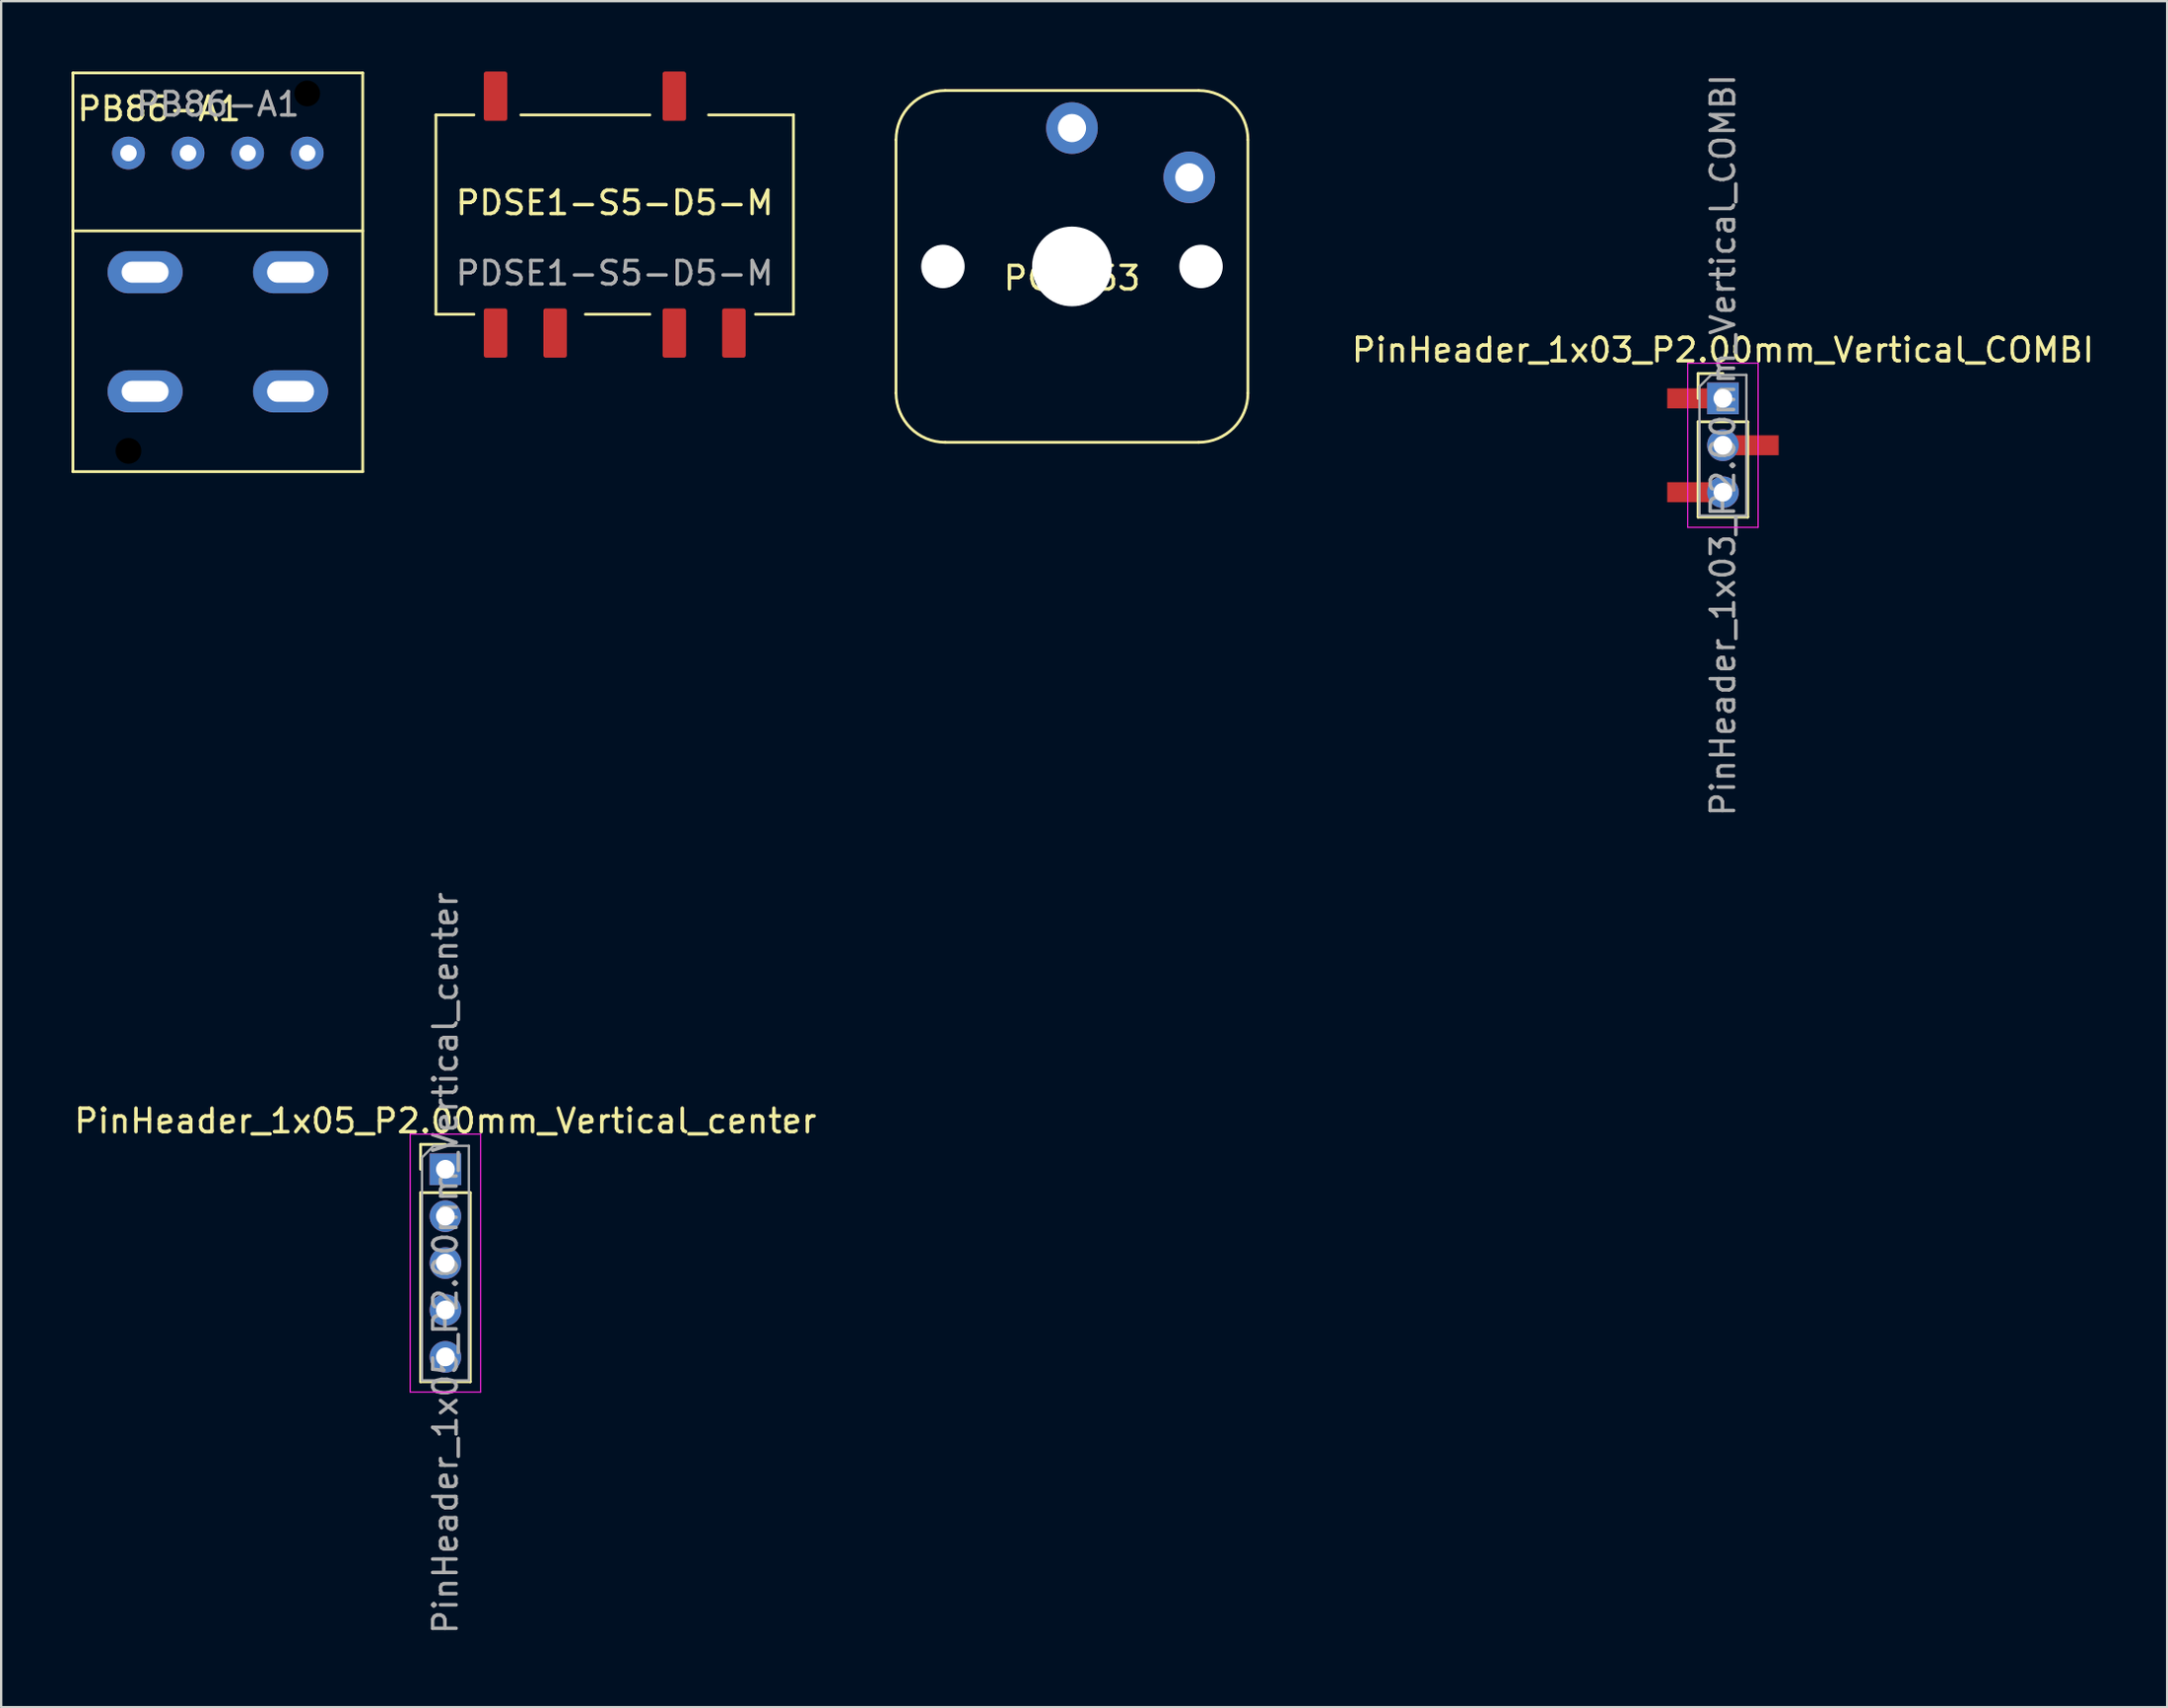
<source format=kicad_pcb>
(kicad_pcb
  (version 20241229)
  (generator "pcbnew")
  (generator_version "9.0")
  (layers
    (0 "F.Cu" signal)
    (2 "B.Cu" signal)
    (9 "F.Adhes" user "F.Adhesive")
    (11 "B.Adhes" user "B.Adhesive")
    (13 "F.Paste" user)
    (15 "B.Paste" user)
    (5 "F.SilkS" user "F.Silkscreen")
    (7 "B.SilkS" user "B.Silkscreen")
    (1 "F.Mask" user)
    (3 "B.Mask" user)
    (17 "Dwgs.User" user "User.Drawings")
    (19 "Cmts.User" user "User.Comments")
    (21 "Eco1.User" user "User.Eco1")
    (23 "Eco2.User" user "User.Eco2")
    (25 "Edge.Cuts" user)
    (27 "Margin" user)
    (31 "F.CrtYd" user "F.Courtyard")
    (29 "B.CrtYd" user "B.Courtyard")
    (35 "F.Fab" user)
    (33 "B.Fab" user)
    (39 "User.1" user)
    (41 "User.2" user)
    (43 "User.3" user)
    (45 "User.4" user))
  (footprint "PB86-A1"
    (layer "F.Cu")
    (at 6.235 11.095)
    (property "Reference" "PB86-A1" (at -2.5 -9.5 0) (unlocked yes) (layer "F.SilkS") (effects (font (size 1 1) (thickness 0.15))))
    (attr through_hole)
    (fp_line (start -6.175 -11.035) (end -6.175 5.965) (stroke (width 0.12) (type solid)) (layer "F.SilkS"))
    (fp_line (start 6.175 -11.035) (end -6.175 -11.035) (stroke (width 0.12) (type solid)) (layer "F.SilkS"))
    (fp_line (start 6.175 -11.035) (end 6.175 5.965) (stroke (width 0.12) (type solid)) (layer "F.SilkS"))
    (fp_line (start 6.175 -4.3) (end -6.175 -4.3) (stroke (width 0.12) (type solid)) (layer "F.SilkS"))
    (fp_line (start 6.175 5.965) (end -6.175 5.965) (stroke (width 0.12) (type solid)) (layer "F.SilkS"))
    (fp_text user "${REFERENCE}" (at 0 -9.7 0) (unlocked yes) (layer "F.Fab") (effects (font (size 1 1) (thickness 0.15))))
    (pad "" np_thru_hole circle (at -3.81 5.08) (size 1.1 1.1) (drill 1.1) (layers "*.Mask"))
    (pad "" np_thru_hole circle (at 3.81 -10.16) (size 1.1 1.1) (drill 1.1) (layers "*.Mask"))
    (pad "1" thru_hole oval (at -3.1 -2.54) (size 3.2 1.8) (drill oval 2 0.9) (layers "*.Cu" "*.Mask"))
    (pad "1" thru_hole oval (at 3.1 -2.54) (size 3.2 1.8) (drill oval 2 0.9) (layers "*.Cu" "*.Mask"))
    (pad "2" thru_hole oval (at -3.1 2.54) (size 3.2 1.8) (drill oval 2 0.9) (layers "*.Cu" "*.Mask"))
    (pad "3" thru_hole oval (at 3.1 2.54) (size 3.2 1.8) (drill oval 2 0.9) (layers "*.Cu" "*.Mask"))
    (pad "4" thru_hole circle (at -3.81 -7.62) (size 1.4 1.4) (drill 0.7) (layers "*.Cu" "*.Mask"))
    (pad "5" thru_hole circle (at -1.27 -7.62) (size 1.4 1.4) (drill 0.7) (layers "*.Cu" "*.Mask"))
    (pad "6" thru_hole circle (at 1.27 -7.62) (size 1.4 1.4) (drill 0.7) (layers "*.Cu" "*.Mask"))
    (pad "7" thru_hole circle (at 3.81 -7.62) (size 1.4 1.4) (drill 0.7) (layers "*.Cu" "*.Mask")))
  (footprint "PG1353"
    (layer "F.Cu")
    (at 42.64 8.31)
    (property "Reference" "PG1353" (at 0 0.5 0) (layer "F.SilkS") (effects (font (size 1 1) (thickness 0.15))))
    (attr through_hole)
    (fp_line (start -7.5 5.4) (end -7.5 -5.4) (stroke (width 0.12) (type solid)) (layer "F.SilkS"))
    (fp_line (start -5.4 -7.5) (end 5.4 -7.5) (stroke (width 0.12) (type solid)) (layer "F.SilkS"))
    (fp_line (start 5.4 7.5) (end -5.4 7.5) (stroke (width 0.12) (type solid)) (layer "F.SilkS"))
    (fp_line (start 7.5 5.4) (end 7.5 -5.4) (stroke (width 0.12) (type solid)) (layer "F.SilkS"))
    (fp_arc (start -7.5 -5.4) (mid -6.884924 -6.884924) (end -5.4 -7.5) (stroke (width 0.12) (type solid)) (layer "F.SilkS"))
    (fp_arc (start -5.4 7.5) (mid -6.884924 6.884924) (end -7.5 5.4) (stroke (width 0.12) (type solid)) (layer "F.SilkS"))
    (fp_arc (start 5.4 -7.5) (mid 6.884924 -6.884924) (end 7.5 -5.4) (stroke (width 0.12) (type solid)) (layer "F.SilkS"))
    (fp_arc (start 7.5 5.4) (mid 6.884924 6.884924) (end 5.4 7.5) (stroke (width 0.12) (type solid)) (layer "F.SilkS"))
    (fp_line (start -8.75 -8.25) (end -8.75 8.25) (stroke (width 0.12) (type solid)) (layer "Eco1.User"))
    (fp_line (start -8.75 -8.25) (end 8.75 -8.25) (stroke (width 0.12) (type solid)) (layer "Eco1.User"))
    (fp_line (start -8.75 8.25) (end 8.75 8.25) (stroke (width 0.12) (type solid)) (layer "Eco1.User"))
    (fp_line (start 8.75 -8.25) (end 8.75 8.25) (stroke (width 0.12) (type solid)) (layer "Eco1.User"))
    (pad "" np_thru_hole circle (at -5.5 0) (size 1.85 1.85) (drill 1.85) (layers "*.Cu" "*.Mask"))
    (pad "" np_thru_hole circle (at 0 0) (size 3.4 3.4) (drill 3.4) (layers "*.Cu" "*.Mask"))
    (pad "" np_thru_hole circle (at 5.5 0) (size 1.85 1.85) (drill 1.85) (layers "*.Cu" "*.Mask"))
    (pad "1" thru_hole circle (at 5 -3.8) (size 2.2 2.2) (drill 1.2) (layers "*.Cu" "*.Mask"))
    (pad "2" thru_hole circle (at 0 -5.9) (size 2.2 2.2) (drill 1.2) (layers "*.Cu" "*.Mask")))
  (footprint "PinHeader_1x03_P2.00mm_Vertical_COMBI"
    (layer "F.Cu")
    (at 70.385 13.935)
    (property "Reference" "PinHeader_1x03_P2.00mm_Vertical_COMBI" (at 0 -2.06 0) (layer "F.SilkS") (effects (font (size 1 1) (thickness 0.15))))
    (attr through_hole)
    (fp_line (start -1.06 -1.06) (end 0 -1.06) (stroke (width 0.12) (type solid)) (layer "F.SilkS"))
    (fp_line (start -1.06 0) (end -1.06 -1.06) (stroke (width 0.12) (type solid)) (layer "F.SilkS"))
    (fp_line (start -1.06 1) (end -1.06 5.06) (stroke (width 0.12) (type solid)) (layer "F.SilkS"))
    (fp_line (start -1.06 1) (end 1.06 1) (stroke (width 0.12) (type solid)) (layer "F.SilkS"))
    (fp_line (start -1.06 5.06) (end 1.06 5.06) (stroke (width 0.12) (type solid)) (layer "F.SilkS"))
    (fp_line (start 1.06 1) (end 1.06 5.06) (stroke (width 0.12) (type solid)) (layer "F.SilkS"))
    (fp_line (start -1.5 -1.5) (end -1.5 5.5) (stroke (width 0.05) (type solid)) (layer "F.CrtYd"))
    (fp_line (start -1.5 5.5) (end 1.5 5.5) (stroke (width 0.05) (type solid)) (layer "F.CrtYd"))
    (fp_line (start 1.5 -1.5) (end -1.5 -1.5) (stroke (width 0.05) (type solid)) (layer "F.CrtYd"))
    (fp_line (start 1.5 5.5) (end 1.5 -1.5) (stroke (width 0.05) (type solid)) (layer "F.CrtYd"))
    (fp_line (start -1 -0.5) (end -0.5 -1) (stroke (width 0.1) (type solid)) (layer "F.Fab"))
    (fp_line (start -1 5) (end -1 -0.5) (stroke (width 0.1) (type solid)) (layer "F.Fab"))
    (fp_line (start -0.5 -1) (end 1 -1) (stroke (width 0.1) (type solid)) (layer "F.Fab"))
    (fp_line (start 1 -1) (end 1 5) (stroke (width 0.1) (type solid)) (layer "F.Fab"))
    (fp_line (start 1 5) (end -1 5) (stroke (width 0.1) (type solid)) (layer "F.Fab"))
    (fp_text user "${REFERENCE}" (at 0 2 90) (layer "F.Fab") (effects (font (size 1 1) (thickness 0.15))))
    (pad "1" smd rect (at -1.2 0) (size 2.35 0.85) (layers "F.Cu" "F.Mask" "F.Paste"))
    (pad "1" thru_hole rect (at 0 0) (size 1.35 1.35) (drill 0.8) (layers "*.Cu" "*.Mask"))
    (pad "2" thru_hole oval (at 0 2) (size 1.35 1.35) (drill 0.8) (layers "*.Cu" "*.Mask"))
    (pad "2" smd rect (at 1.2 2) (size 2.35 0.85) (layers "F.Cu" "F.Mask" "F.Paste"))
    (pad "3" smd rect (at -1.2 4) (size 2.35 0.85) (layers "F.Cu" "F.Mask" "F.Paste"))
    (pad "3" thru_hole oval (at 0 4) (size 1.35 1.35) (drill 0.8) (layers "*.Cu" "*.Mask")))
  (footprint "PinHeader_1x05_P2.00mm_Vertical_center"
    (layer "F.Cu")
    (at 15.935 50.804)
    (property "Reference" "PinHeader_1x05_P2.00mm_Vertical_center" (at 0 -6.06 0) (layer "F.SilkS") (effects (font (size 1 1) (thickness 0.15))))
    (attr through_hole)
    (fp_line (start -1.06 -5.06) (end 0 -5.06) (stroke (width 0.12) (type solid)) (layer "F.SilkS"))
    (fp_line (start -1.06 -4) (end -1.06 -5.06) (stroke (width 0.12) (type solid)) (layer "F.SilkS"))
    (fp_line (start -1.06 -3) (end -1.06 5.06) (stroke (width 0.12) (type solid)) (layer "F.SilkS"))
    (fp_line (start -1.06 -3) (end 1.06 -3) (stroke (width 0.12) (type solid)) (layer "F.SilkS"))
    (fp_line (start -1.06 5.06) (end 1.06 5.06) (stroke (width 0.12) (type solid)) (layer "F.SilkS"))
    (fp_line (start 1.06 -3) (end 1.06 5.06) (stroke (width 0.12) (type solid)) (layer "F.SilkS"))
    (fp_line (start -1.5 -5.5) (end -1.5 5.5) (stroke (width 0.05) (type solid)) (layer "F.CrtYd"))
    (fp_line (start -1.5 5.5) (end 1.5 5.5) (stroke (width 0.05) (type solid)) (layer "F.CrtYd"))
    (fp_line (start 1.5 -5.5) (end -1.5 -5.5) (stroke (width 0.05) (type solid)) (layer "F.CrtYd"))
    (fp_line (start 1.5 5.5) (end 1.5 -5.5) (stroke (width 0.05) (type solid)) (layer "F.CrtYd"))
    (fp_line (start -1 -4.5) (end -0.5 -5) (stroke (width 0.1) (type solid)) (layer "F.Fab"))
    (fp_line (start -1 5) (end -1 -4.5) (stroke (width 0.1) (type solid)) (layer "F.Fab"))
    (fp_line (start -0.5 -5) (end 1 -5) (stroke (width 0.1) (type solid)) (layer "F.Fab"))
    (fp_line (start 1 -5) (end 1 5) (stroke (width 0.1) (type solid)) (layer "F.Fab"))
    (fp_line (start 1 5) (end -1 5) (stroke (width 0.1) (type solid)) (layer "F.Fab"))
    (fp_text user "${REFERENCE}" (at 0 0 90) (layer "F.Fab") (effects (font (size 1 1) (thickness 0.15))))
    (pad "1" thru_hole rect (at 0 -4) (size 1.35 1.35) (drill 0.8) (layers "*.Cu" "*.Mask"))
    (pad "2" thru_hole oval (at 0 -2) (size 1.35 1.35) (drill 0.8) (layers "*.Cu" "*.Mask"))
    (pad "3" thru_hole oval (at 0 0) (size 1.35 1.35) (drill 0.8) (layers "*.Cu" "*.Mask"))
    (pad "4" thru_hole oval (at 0 2) (size 1.35 1.35) (drill 0.8) (layers "*.Cu" "*.Mask"))
    (pad "5" thru_hole oval (at 0 4) (size 1.35 1.35) (drill 0.8) (layers "*.Cu" "*.Mask")))
  (footprint "PDSE1-S5-D5-M"
    (layer "F.Cu")
    (at 23.15 6.1)
    (property "Reference" "PDSE1-S5-D5-M" (at 0 -0.5 0) (unlocked yes) (layer "F.SilkS") (effects (font (size 1 1) (thickness 0.15))))
    (attr smd)
    (fp_line (start -7.62 -4.25) (end -7.62 4.25) (stroke (width 0.12) (type solid)) (layer "F.SilkS"))
    (fp_line (start -7.62 -4.25) (end -6 -4.25) (stroke (width 0.12) (type solid)) (layer "F.SilkS"))
    (fp_line (start -7.62 4.25) (end -6 4.25) (stroke (width 0.12) (type solid)) (layer "F.SilkS"))
    (fp_line (start -1.25 4.25) (end 1.5 4.25) (stroke (width 0.12) (type solid)) (layer "F.SilkS"))
    (fp_line (start 1.5 -4.25) (end -4 -4.25) (stroke (width 0.12) (type solid)) (layer "F.SilkS"))
    (fp_line (start 4 -4.25) (end 7.62 -4.25) (stroke (width 0.12) (type solid)) (layer "F.SilkS"))
    (fp_line (start 6 4.25) (end 7.62 4.25) (stroke (width 0.12) (type solid)) (layer "F.SilkS"))
    (fp_line (start 7.62 -4.25) (end 7.62 4.25) (stroke (width 0.12) (type solid)) (layer "F.SilkS"))
    (fp_text user "${REFERENCE}" (at 0 2.5 0) (unlocked yes) (layer "F.Fab") (effects (font (size 1 1) (thickness 0.15))))
    (pad "1" smd roundrect (at -5.08 5.05) (size 1 2.1) (layers "F.Cu" "F.Mask" "F.Paste") (roundrect_rratio 0.1))
    (pad "2" smd roundrect (at -2.54 5.05) (size 1 2.1) (layers "F.Cu" "F.Mask" "F.Paste") (roundrect_rratio 0.1))
    (pad "4" smd roundrect (at 2.54 5.05) (size 1 2.1) (layers "F.Cu" "F.Mask" "F.Paste") (roundrect_rratio 0.1))
    (pad "5" smd roundrect (at 5.08 5.05) (size 1 2.1) (layers "F.Cu" "F.Mask" "F.Paste") (roundrect_rratio 0.1))
    (pad "7" smd roundrect (at 2.54 -5.05) (size 1 2.1) (layers "F.Cu" "F.Mask" "F.Paste") (roundrect_rratio 0.1))
    (pad "10" smd roundrect (at -5.08 -5.05) (size 1 2.1) (layers "F.Cu" "F.Mask" "F.Paste") (roundrect_rratio 0.1)))
  (gr_rect
    (start -3 -3)
    (end 89.319 69.738)
    (stroke (width 0.1) (type default))
    (fill no)
    (layer "Edge.Cuts")))
</source>
